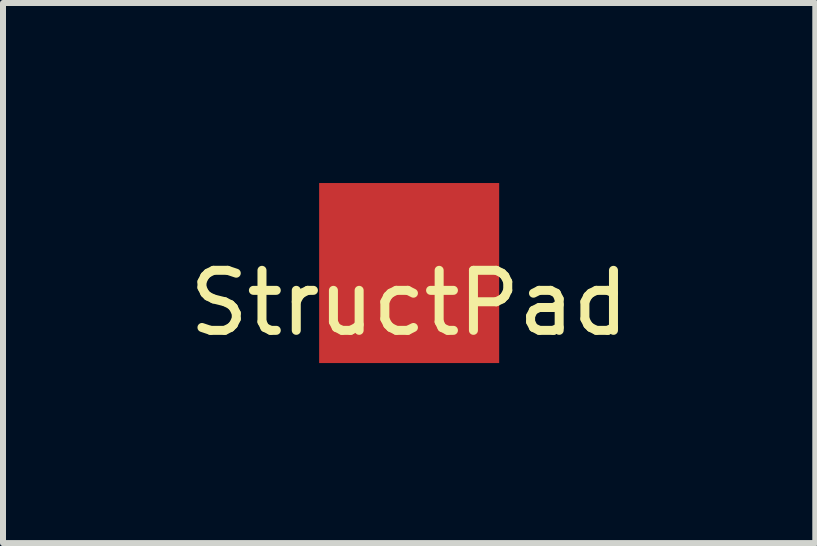
<source format=kicad_pcb>
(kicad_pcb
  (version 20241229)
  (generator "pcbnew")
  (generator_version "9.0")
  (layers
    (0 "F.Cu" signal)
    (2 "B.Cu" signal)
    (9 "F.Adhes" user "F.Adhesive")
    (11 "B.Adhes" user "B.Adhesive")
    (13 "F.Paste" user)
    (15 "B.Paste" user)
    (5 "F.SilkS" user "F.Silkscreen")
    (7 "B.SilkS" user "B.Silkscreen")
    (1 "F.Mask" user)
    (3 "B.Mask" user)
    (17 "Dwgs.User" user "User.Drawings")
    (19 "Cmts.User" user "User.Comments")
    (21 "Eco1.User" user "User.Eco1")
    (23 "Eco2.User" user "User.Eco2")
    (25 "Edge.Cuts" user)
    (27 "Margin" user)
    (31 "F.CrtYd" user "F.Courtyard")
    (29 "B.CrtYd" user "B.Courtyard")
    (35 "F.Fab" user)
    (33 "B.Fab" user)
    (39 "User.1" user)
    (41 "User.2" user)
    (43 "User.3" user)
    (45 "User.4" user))
  (footprint "StructPad"
    (layer "F.Cu")
    (at 3.768 1.5)
    (property "Reference" "StructPad" (at 0 0.5 0) (layer "F.SilkS") (effects (font (size 1 1) (thickness 0.15))))
    (attr through_hole)
    (pad "1" smd rect (at 0 0) (size 3 3) (layers "F.Cu" "F.Mask" "F.Paste")))
  (gr_rect
    (start -3 -3)
    (end 10.536 6)
    (stroke (width 0.1) (type default))
    (fill no)
    (layer "Edge.Cuts")))
</source>
